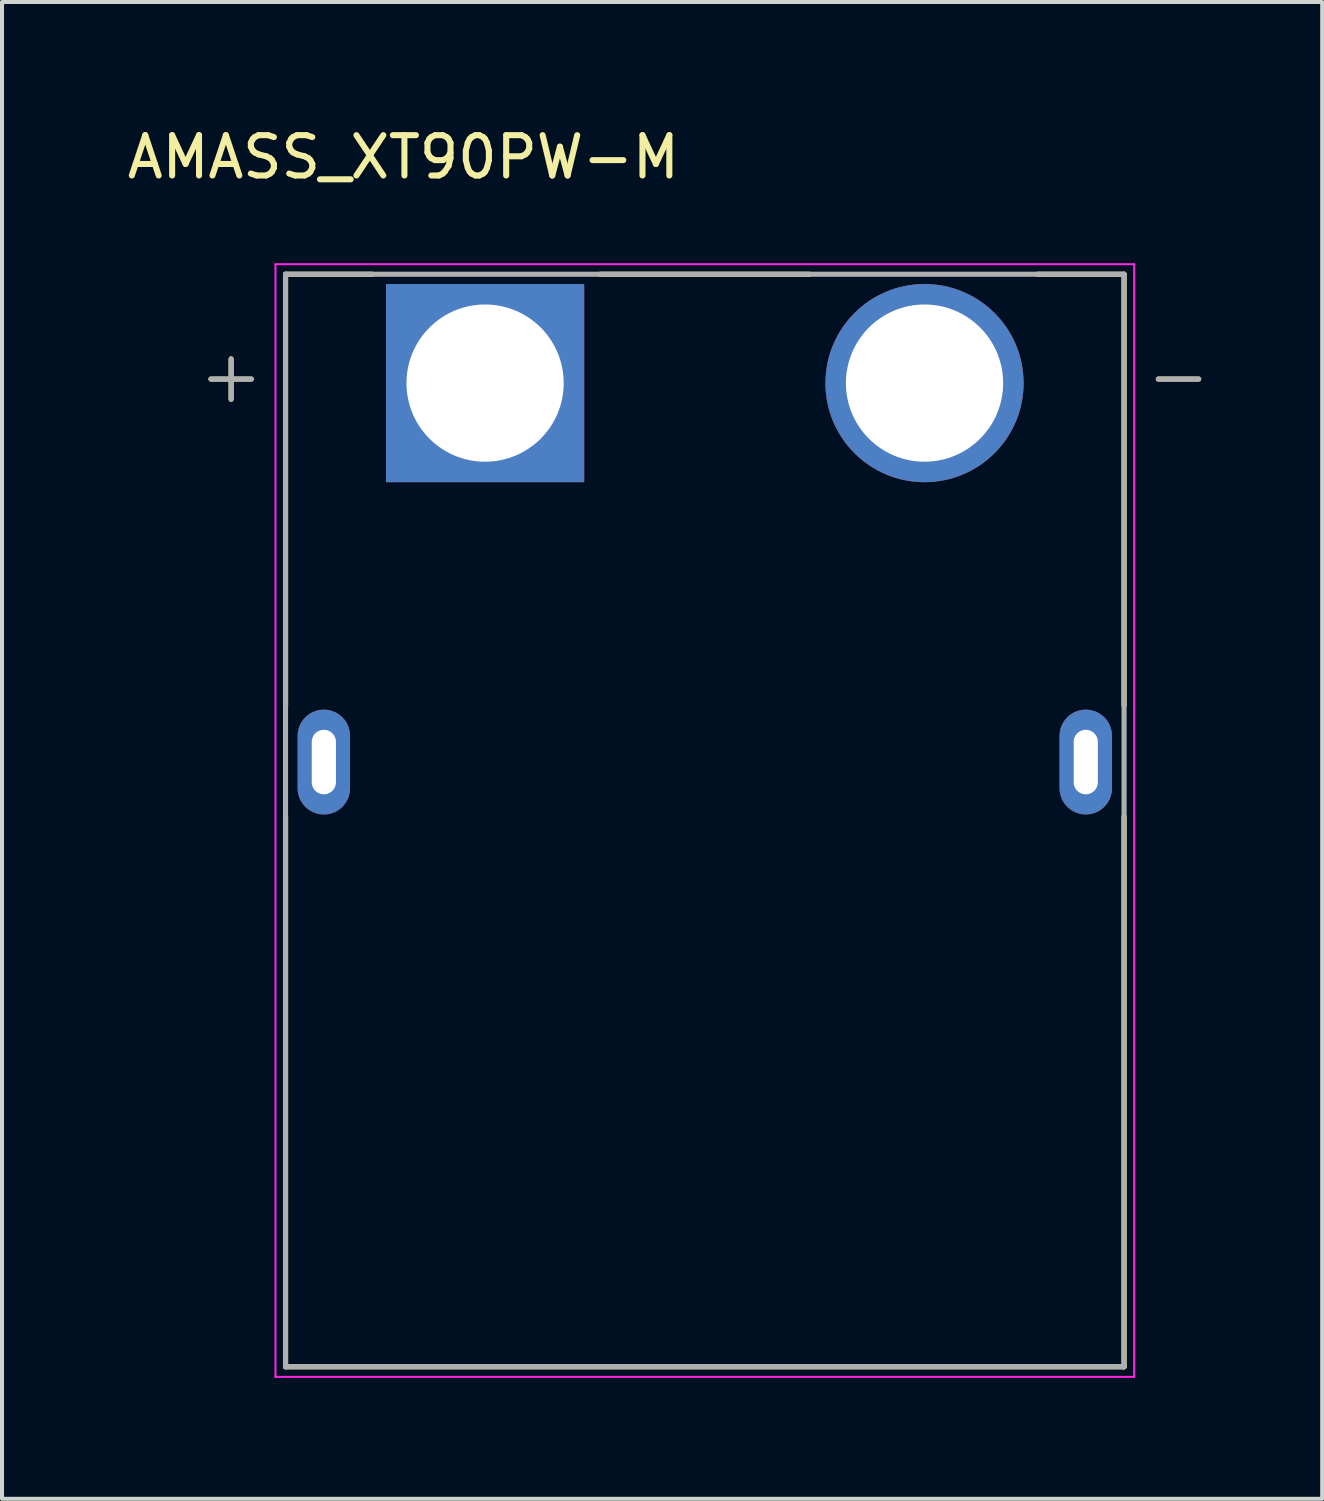
<source format=kicad_pcb>
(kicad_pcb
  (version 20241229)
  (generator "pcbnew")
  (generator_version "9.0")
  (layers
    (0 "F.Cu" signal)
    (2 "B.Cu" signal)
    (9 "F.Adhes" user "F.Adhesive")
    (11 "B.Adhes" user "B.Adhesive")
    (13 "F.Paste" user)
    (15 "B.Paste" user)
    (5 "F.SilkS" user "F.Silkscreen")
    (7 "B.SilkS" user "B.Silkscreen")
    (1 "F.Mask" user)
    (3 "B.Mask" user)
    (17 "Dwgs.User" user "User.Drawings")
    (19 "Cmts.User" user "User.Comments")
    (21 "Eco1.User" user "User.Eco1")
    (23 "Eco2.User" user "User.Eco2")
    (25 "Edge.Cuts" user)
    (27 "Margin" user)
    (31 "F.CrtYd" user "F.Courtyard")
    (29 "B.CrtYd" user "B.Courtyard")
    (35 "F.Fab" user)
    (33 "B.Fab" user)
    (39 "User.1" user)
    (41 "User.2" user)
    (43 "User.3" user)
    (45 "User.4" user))
  (footprint "AMASS_XT90PW-M"
    (layer "F.Cu")
    (at 14.433 15.853)
    (property "Reference" "AMASS_XT90PW-M" (at -7.475 -15.005 0) (layer "F.SilkS") (effects (font (size 1 1) (thickness 0.15))))
    (attr through_hole)
    (fp_line (start -11.75 -9) (end -11.75 -10) (stroke (width 0.127) (type solid)) (layer "F.SilkS"))
    (fp_line (start -11.25 -9.5) (end -12.25 -9.5) (stroke (width 0.127) (type solid)) (layer "F.SilkS"))
    (fp_line (start -10.4 -12.1) (end -10.4 -1.4) (stroke (width 0.127) (type solid)) (layer "F.SilkS"))
    (fp_line (start -10.4 1.35) (end -10.4 15) (stroke (width 0.127) (type solid)) (layer "F.SilkS"))
    (fp_line (start -10.4 15) (end 10.4 15) (stroke (width 0.127) (type solid)) (layer "F.SilkS"))
    (fp_line (start -8.25 -12.1) (end -10.4 -12.1) (stroke (width 0.127) (type solid)) (layer "F.SilkS"))
    (fp_line (start -2.6 -12.1) (end 2.6 -12.1) (stroke (width 0.127) (type solid)) (layer "F.SilkS"))
    (fp_line (start 10.4 -12.1) (end 8.25 -12.1) (stroke (width 0.127) (type solid)) (layer "F.SilkS"))
    (fp_line (start 10.4 -1.4) (end 10.4 -12.1) (stroke (width 0.127) (type solid)) (layer "F.SilkS"))
    (fp_line (start 10.4 15) (end 10.4 1.35) (stroke (width 0.127) (type solid)) (layer "F.SilkS"))
    (fp_line (start 11.25 -9.5) (end 12.25 -9.5) (stroke (width 0.127) (type solid)) (layer "F.SilkS"))
    (fp_line (start -10.65 -12.35) (end 10.65 -12.35) (stroke (width 0.05) (type solid)) (layer "F.CrtYd"))
    (fp_line (start -10.65 15.25) (end -10.65 -12.35) (stroke (width 0.05) (type solid)) (layer "F.CrtYd"))
    (fp_line (start 10.65 -12.35) (end 10.65 15.25) (stroke (width 0.05) (type solid)) (layer "F.CrtYd"))
    (fp_line (start 10.65 15.25) (end -10.65 15.25) (stroke (width 0.05) (type solid)) (layer "F.CrtYd"))
    (fp_line (start -11.75 -9) (end -11.75 -10) (stroke (width 0.127) (type solid)) (layer "F.Fab"))
    (fp_line (start -11.25 -9.5) (end -12.25 -9.5) (stroke (width 0.127) (type solid)) (layer "F.Fab"))
    (fp_line (start -10.4 -12.1) (end 10.4 -12.1) (stroke (width 0.127) (type solid)) (layer "F.Fab"))
    (fp_line (start -10.4 15) (end -10.4 -12.1) (stroke (width 0.127) (type solid)) (layer "F.Fab"))
    (fp_line (start 10.4 -12.1) (end 10.4 15) (stroke (width 0.127) (type solid)) (layer "F.Fab"))
    (fp_line (start 10.4 15) (end -10.4 15) (stroke (width 0.127) (type solid)) (layer "F.Fab"))
    (fp_line (start 12.25 -9.5) (end 11.25 -9.5) (stroke (width 0.127) (type solid)) (layer "F.Fab"))
    (pad "N" thru_hole circle (at 5.45 -9.4) (size 4.916 4.916) (drill 3.9) (layers "*.Cu" "*.Mask"))
    (pad "P" thru_hole rect (at -5.45 -9.4) (size 4.916 4.916) (drill 3.9) (layers "*.Cu" "*.Mask"))
    (pad "S1" thru_hole oval (at -9.45 0) (size 1.3 2.6) (drill oval 0.6 1.6) (layers "*.Cu" "*.Mask"))
    (pad "S2" thru_hole oval (at 9.45 0) (size 1.3 2.6) (drill oval 0.6 1.6) (layers "*.Cu" "*.Mask")))
  (gr_rect
    (start -3 -3)
    (end 29.747 34.128)
    (stroke (width 0.1) (type default))
    (fill no)
    (layer "Edge.Cuts")))
</source>
